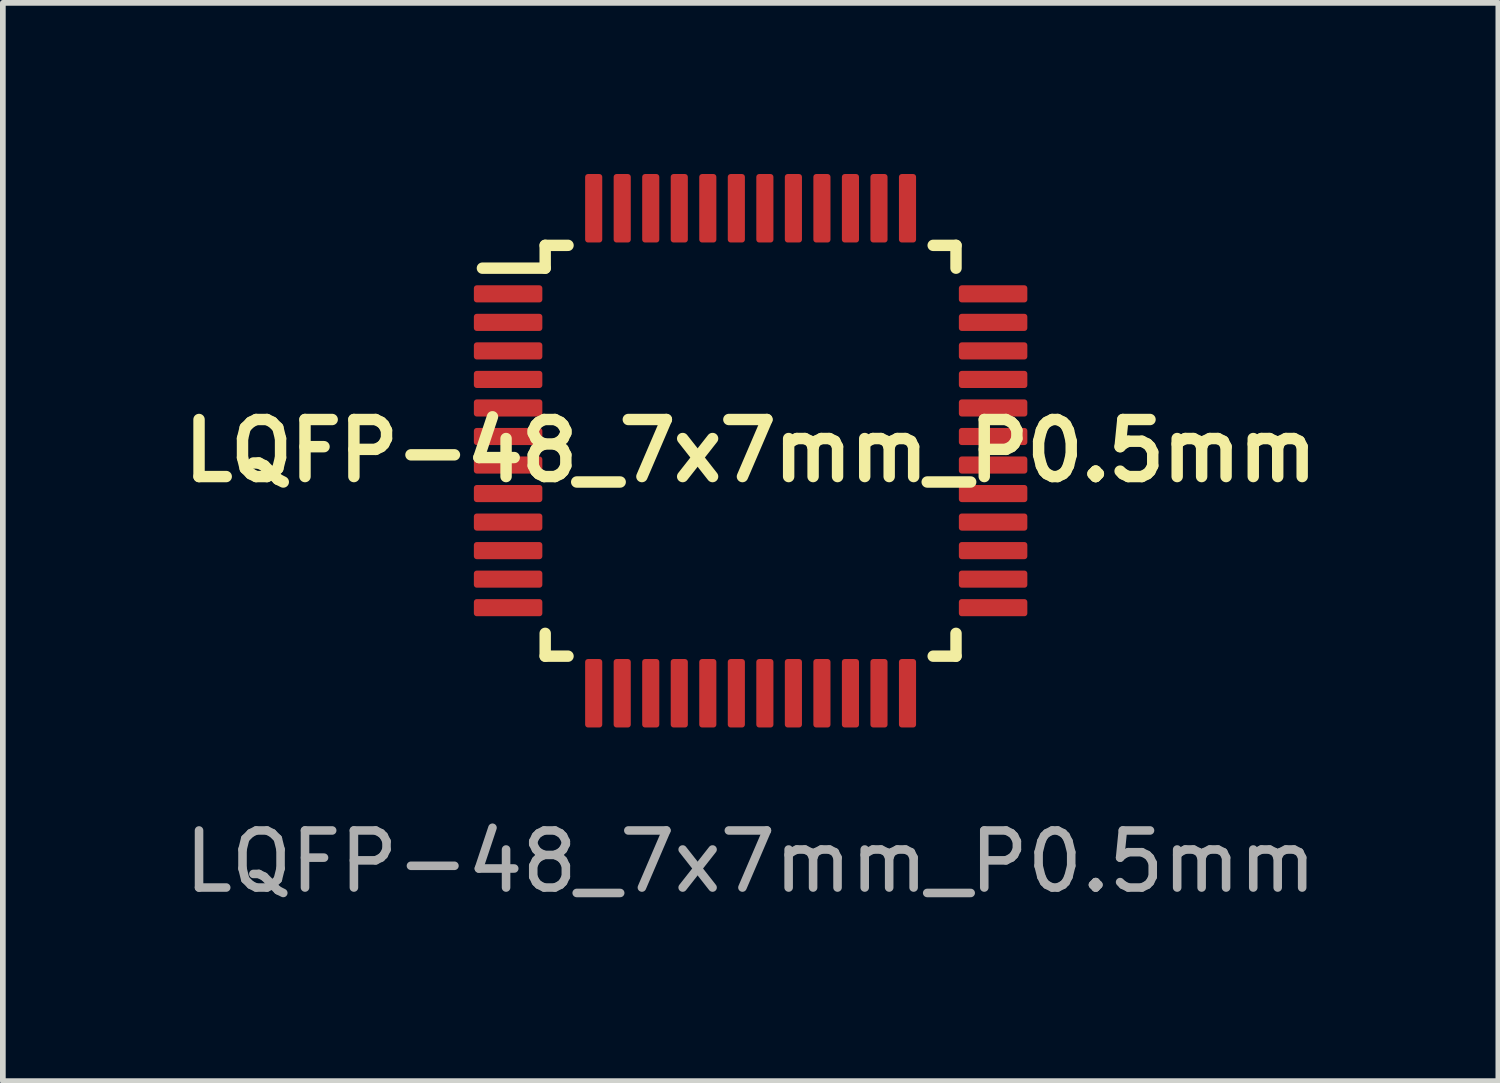
<source format=kicad_pcb>
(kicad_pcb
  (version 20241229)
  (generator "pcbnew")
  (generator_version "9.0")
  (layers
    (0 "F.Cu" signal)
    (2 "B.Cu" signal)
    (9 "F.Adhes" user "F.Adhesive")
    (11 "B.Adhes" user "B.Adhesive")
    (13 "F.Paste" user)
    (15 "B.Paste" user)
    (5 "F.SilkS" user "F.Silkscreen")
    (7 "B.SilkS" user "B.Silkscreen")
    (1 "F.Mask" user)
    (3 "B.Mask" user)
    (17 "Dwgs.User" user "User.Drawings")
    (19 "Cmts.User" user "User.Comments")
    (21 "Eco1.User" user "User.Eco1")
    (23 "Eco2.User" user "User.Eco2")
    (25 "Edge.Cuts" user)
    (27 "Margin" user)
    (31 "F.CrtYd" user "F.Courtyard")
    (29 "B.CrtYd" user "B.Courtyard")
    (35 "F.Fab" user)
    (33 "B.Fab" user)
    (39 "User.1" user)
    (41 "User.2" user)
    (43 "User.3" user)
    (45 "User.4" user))
  (footprint "LQFP-48_7x7mm_P0.5mm"
    (layer "F.Cu")
    (at 10.105 4.85)
    (property "Reference" "LQFP-48_7x7mm_P0.5mm" (at 0 0 0) (unlocked yes) (layer "F.SilkS") (effects (font (size 1 1) (thickness 0.2) (bold yes))))
    (attr smd)
    (fp_line (start -3.6 -3.6) (end -3.2 -3.6) (stroke (width 0.2) (type default)) (layer "F.SilkS"))
    (fp_line (start -3.6 -3.2) (end -4.7 -3.2) (stroke (width 0.2) (type default)) (layer "F.SilkS"))
    (fp_line (start -3.6 -3.2) (end -3.6 -3.6) (stroke (width 0.2) (type default)) (layer "F.SilkS"))
    (fp_line (start -3.6 3.6) (end -3.6 3.2) (stroke (width 0.2) (type default)) (layer "F.SilkS"))
    (fp_line (start -3.2 3.6) (end -3.6 3.6) (stroke (width 0.2) (type default)) (layer "F.SilkS"))
    (fp_line (start 3.2 -3.6) (end 3.6 -3.6) (stroke (width 0.2) (type default)) (layer "F.SilkS"))
    (fp_line (start 3.6 -3.6) (end 3.6 -3.2) (stroke (width 0.2) (type default)) (layer "F.SilkS"))
    (fp_line (start 3.6 3.2) (end 3.6 3.6) (stroke (width 0.2) (type default)) (layer "F.SilkS"))
    (fp_line (start 3.6 3.6) (end 3.2 3.6) (stroke (width 0.2) (type default)) (layer "F.SilkS"))
    (fp_text user "${REFERENCE}" (at 0 7.2 0) (unlocked yes) (layer "F.Fab") (effects (font (size 1 1) (thickness 0.15))))
    (pad "1" smd roundrect (at -4.25 -2.75 180) (size 1.2 0.3) (layers "F.Cu" "F.Mask" "F.Paste") (roundrect_rratio 0.167))
    (pad "2" smd roundrect (at -4.25 -2.25 180) (size 1.2 0.3) (layers "F.Cu" "F.Mask" "F.Paste") (roundrect_rratio 0.167))
    (pad "3" smd roundrect (at -4.25 -1.75 180) (size 1.2 0.3) (layers "F.Cu" "F.Mask" "F.Paste") (roundrect_rratio 0.167))
    (pad "4" smd roundrect (at -4.25 -1.25 180) (size 1.2 0.3) (layers "F.Cu" "F.Mask" "F.Paste") (roundrect_rratio 0.167))
    (pad "5" smd roundrect (at -4.25 -0.75 180) (size 1.2 0.3) (layers "F.Cu" "F.Mask" "F.Paste") (roundrect_rratio 0.167))
    (pad "6" smd roundrect (at -4.25 -0.25 180) (size 1.2 0.3) (layers "F.Cu" "F.Mask" "F.Paste") (roundrect_rratio 0.167))
    (pad "7" smd roundrect (at -4.25 0.25 180) (size 1.2 0.3) (layers "F.Cu" "F.Mask" "F.Paste") (roundrect_rratio 0.167))
    (pad "8" smd roundrect (at -4.25 0.75 180) (size 1.2 0.3) (layers "F.Cu" "F.Mask" "F.Paste") (roundrect_rratio 0.167))
    (pad "9" smd roundrect (at -4.25 1.25 180) (size 1.2 0.3) (layers "F.Cu" "F.Mask" "F.Paste") (roundrect_rratio 0.167))
    (pad "10" smd roundrect (at -4.25 1.75 180) (size 1.2 0.3) (layers "F.Cu" "F.Mask" "F.Paste") (roundrect_rratio 0.167))
    (pad "11" smd roundrect (at -4.25 2.25 180) (size 1.2 0.3) (layers "F.Cu" "F.Mask" "F.Paste") (roundrect_rratio 0.167))
    (pad "12" smd roundrect (at -4.25 2.75 180) (size 1.2 0.3) (layers "F.Cu" "F.Mask" "F.Paste") (roundrect_rratio 0.167))
    (pad "13" smd roundrect (at -2.75 4.25 270) (size 1.2 0.3) (layers "F.Cu" "F.Mask" "F.Paste") (roundrect_rratio 0.167))
    (pad "14" smd roundrect (at -2.25 4.25 270) (size 1.2 0.3) (layers "F.Cu" "F.Mask" "F.Paste") (roundrect_rratio 0.167))
    (pad "15" smd roundrect (at -1.75 4.25 270) (size 1.2 0.3) (layers "F.Cu" "F.Mask" "F.Paste") (roundrect_rratio 0.167))
    (pad "16" smd roundrect (at -1.25 4.25 270) (size 1.2 0.3) (layers "F.Cu" "F.Mask" "F.Paste") (roundrect_rratio 0.167))
    (pad "17" smd roundrect (at -0.75 4.25 270) (size 1.2 0.3) (layers "F.Cu" "F.Mask" "F.Paste") (roundrect_rratio 0.167))
    (pad "18" smd roundrect (at -0.25 4.25 270) (size 1.2 0.3) (layers "F.Cu" "F.Mask" "F.Paste") (roundrect_rratio 0.167))
    (pad "19" smd roundrect (at 0.25 4.25 270) (size 1.2 0.3) (layers "F.Cu" "F.Mask" "F.Paste") (roundrect_rratio 0.167))
    (pad "20" smd roundrect (at 0.75 4.25 270) (size 1.2 0.3) (layers "F.Cu" "F.Mask" "F.Paste") (roundrect_rratio 0.167))
    (pad "21" smd roundrect (at 1.25 4.25 270) (size 1.2 0.3) (layers "F.Cu" "F.Mask" "F.Paste") (roundrect_rratio 0.167))
    (pad "22" smd roundrect (at 1.75 4.25 270) (size 1.2 0.3) (layers "F.Cu" "F.Mask" "F.Paste") (roundrect_rratio 0.167))
    (pad "23" smd roundrect (at 2.25 4.25 270) (size 1.2 0.3) (layers "F.Cu" "F.Mask" "F.Paste") (roundrect_rratio 0.167))
    (pad "24" smd roundrect (at 2.75 4.25 270) (size 1.2 0.3) (layers "F.Cu" "F.Mask" "F.Paste") (roundrect_rratio 0.167))
    (pad "25" smd roundrect (at 4.25 2.75) (size 1.2 0.3) (layers "F.Cu" "F.Mask" "F.Paste") (roundrect_rratio 0.167))
    (pad "26" smd roundrect (at 4.25 2.25) (size 1.2 0.3) (layers "F.Cu" "F.Mask" "F.Paste") (roundrect_rratio 0.167))
    (pad "27" smd roundrect (at 4.25 1.75) (size 1.2 0.3) (layers "F.Cu" "F.Mask" "F.Paste") (roundrect_rratio 0.167))
    (pad "28" smd roundrect (at 4.25 1.25) (size 1.2 0.3) (layers "F.Cu" "F.Mask" "F.Paste") (roundrect_rratio 0.167))
    (pad "29" smd roundrect (at 4.25 0.75) (size 1.2 0.3) (layers "F.Cu" "F.Mask" "F.Paste") (roundrect_rratio 0.167))
    (pad "30" smd roundrect (at 4.25 0.25) (size 1.2 0.3) (layers "F.Cu" "F.Mask" "F.Paste") (roundrect_rratio 0.167))
    (pad "31" smd roundrect (at 4.25 -0.25) (size 1.2 0.3) (layers "F.Cu" "F.Mask" "F.Paste") (roundrect_rratio 0.167))
    (pad "32" smd roundrect (at 4.25 -0.75) (size 1.2 0.3) (layers "F.Cu" "F.Mask" "F.Paste") (roundrect_rratio 0.167))
    (pad "33" smd roundrect (at 4.25 -1.25) (size 1.2 0.3) (layers "F.Cu" "F.Mask" "F.Paste") (roundrect_rratio 0.167))
    (pad "34" smd roundrect (at 4.25 -1.75) (size 1.2 0.3) (layers "F.Cu" "F.Mask" "F.Paste") (roundrect_rratio 0.167))
    (pad "35" smd roundrect (at 4.25 -2.25) (size 1.2 0.3) (layers "F.Cu" "F.Mask" "F.Paste") (roundrect_rratio 0.167))
    (pad "36" smd roundrect (at 4.25 -2.75) (size 1.2 0.3) (layers "F.Cu" "F.Mask" "F.Paste") (roundrect_rratio 0.167))
    (pad "37" smd roundrect (at 2.75 -4.25 270) (size 1.2 0.3) (layers "F.Cu" "F.Mask" "F.Paste") (roundrect_rratio 0.167))
    (pad "38" smd roundrect (at 2.25 -4.25 270) (size 1.2 0.3) (layers "F.Cu" "F.Mask" "F.Paste") (roundrect_rratio 0.167))
    (pad "39" smd roundrect (at 1.75 -4.25 270) (size 1.2 0.3) (layers "F.Cu" "F.Mask" "F.Paste") (roundrect_rratio 0.167))
    (pad "40" smd roundrect (at 1.25 -4.25 270) (size 1.2 0.3) (layers "F.Cu" "F.Mask" "F.Paste") (roundrect_rratio 0.167))
    (pad "41" smd roundrect (at 0.75 -4.25 270) (size 1.2 0.3) (layers "F.Cu" "F.Mask" "F.Paste") (roundrect_rratio 0.167))
    (pad "42" smd roundrect (at 0.25 -4.25 270) (size 1.2 0.3) (layers "F.Cu" "F.Mask" "F.Paste") (roundrect_rratio 0.167))
    (pad "43" smd roundrect (at -0.25 -4.25 270) (size 1.2 0.3) (layers "F.Cu" "F.Mask" "F.Paste") (roundrect_rratio 0.167))
    (pad "44" smd roundrect (at -0.75 -4.25 270) (size 1.2 0.3) (layers "F.Cu" "F.Mask" "F.Paste") (roundrect_rratio 0.167))
    (pad "45" smd roundrect (at -1.25 -4.25 270) (size 1.2 0.3) (layers "F.Cu" "F.Mask" "F.Paste") (roundrect_rratio 0.167))
    (pad "46" smd roundrect (at -1.75 -4.25 270) (size 1.2 0.3) (layers "F.Cu" "F.Mask" "F.Paste") (roundrect_rratio 0.167))
    (pad "47" smd roundrect (at -2.25 -4.25 270) (size 1.2 0.3) (layers "F.Cu" "F.Mask" "F.Paste") (roundrect_rratio 0.167))
    (pad "48" smd roundrect (at -2.75 -4.25 270) (size 1.2 0.3) (layers "F.Cu" "F.Mask" "F.Paste") (roundrect_rratio 0.167)))
  (gr_rect
    (start -3 -3)
    (end 23.21 15.898)
    (stroke (width 0.1) (type default))
    (fill no)
    (layer "Edge.Cuts")))
</source>
